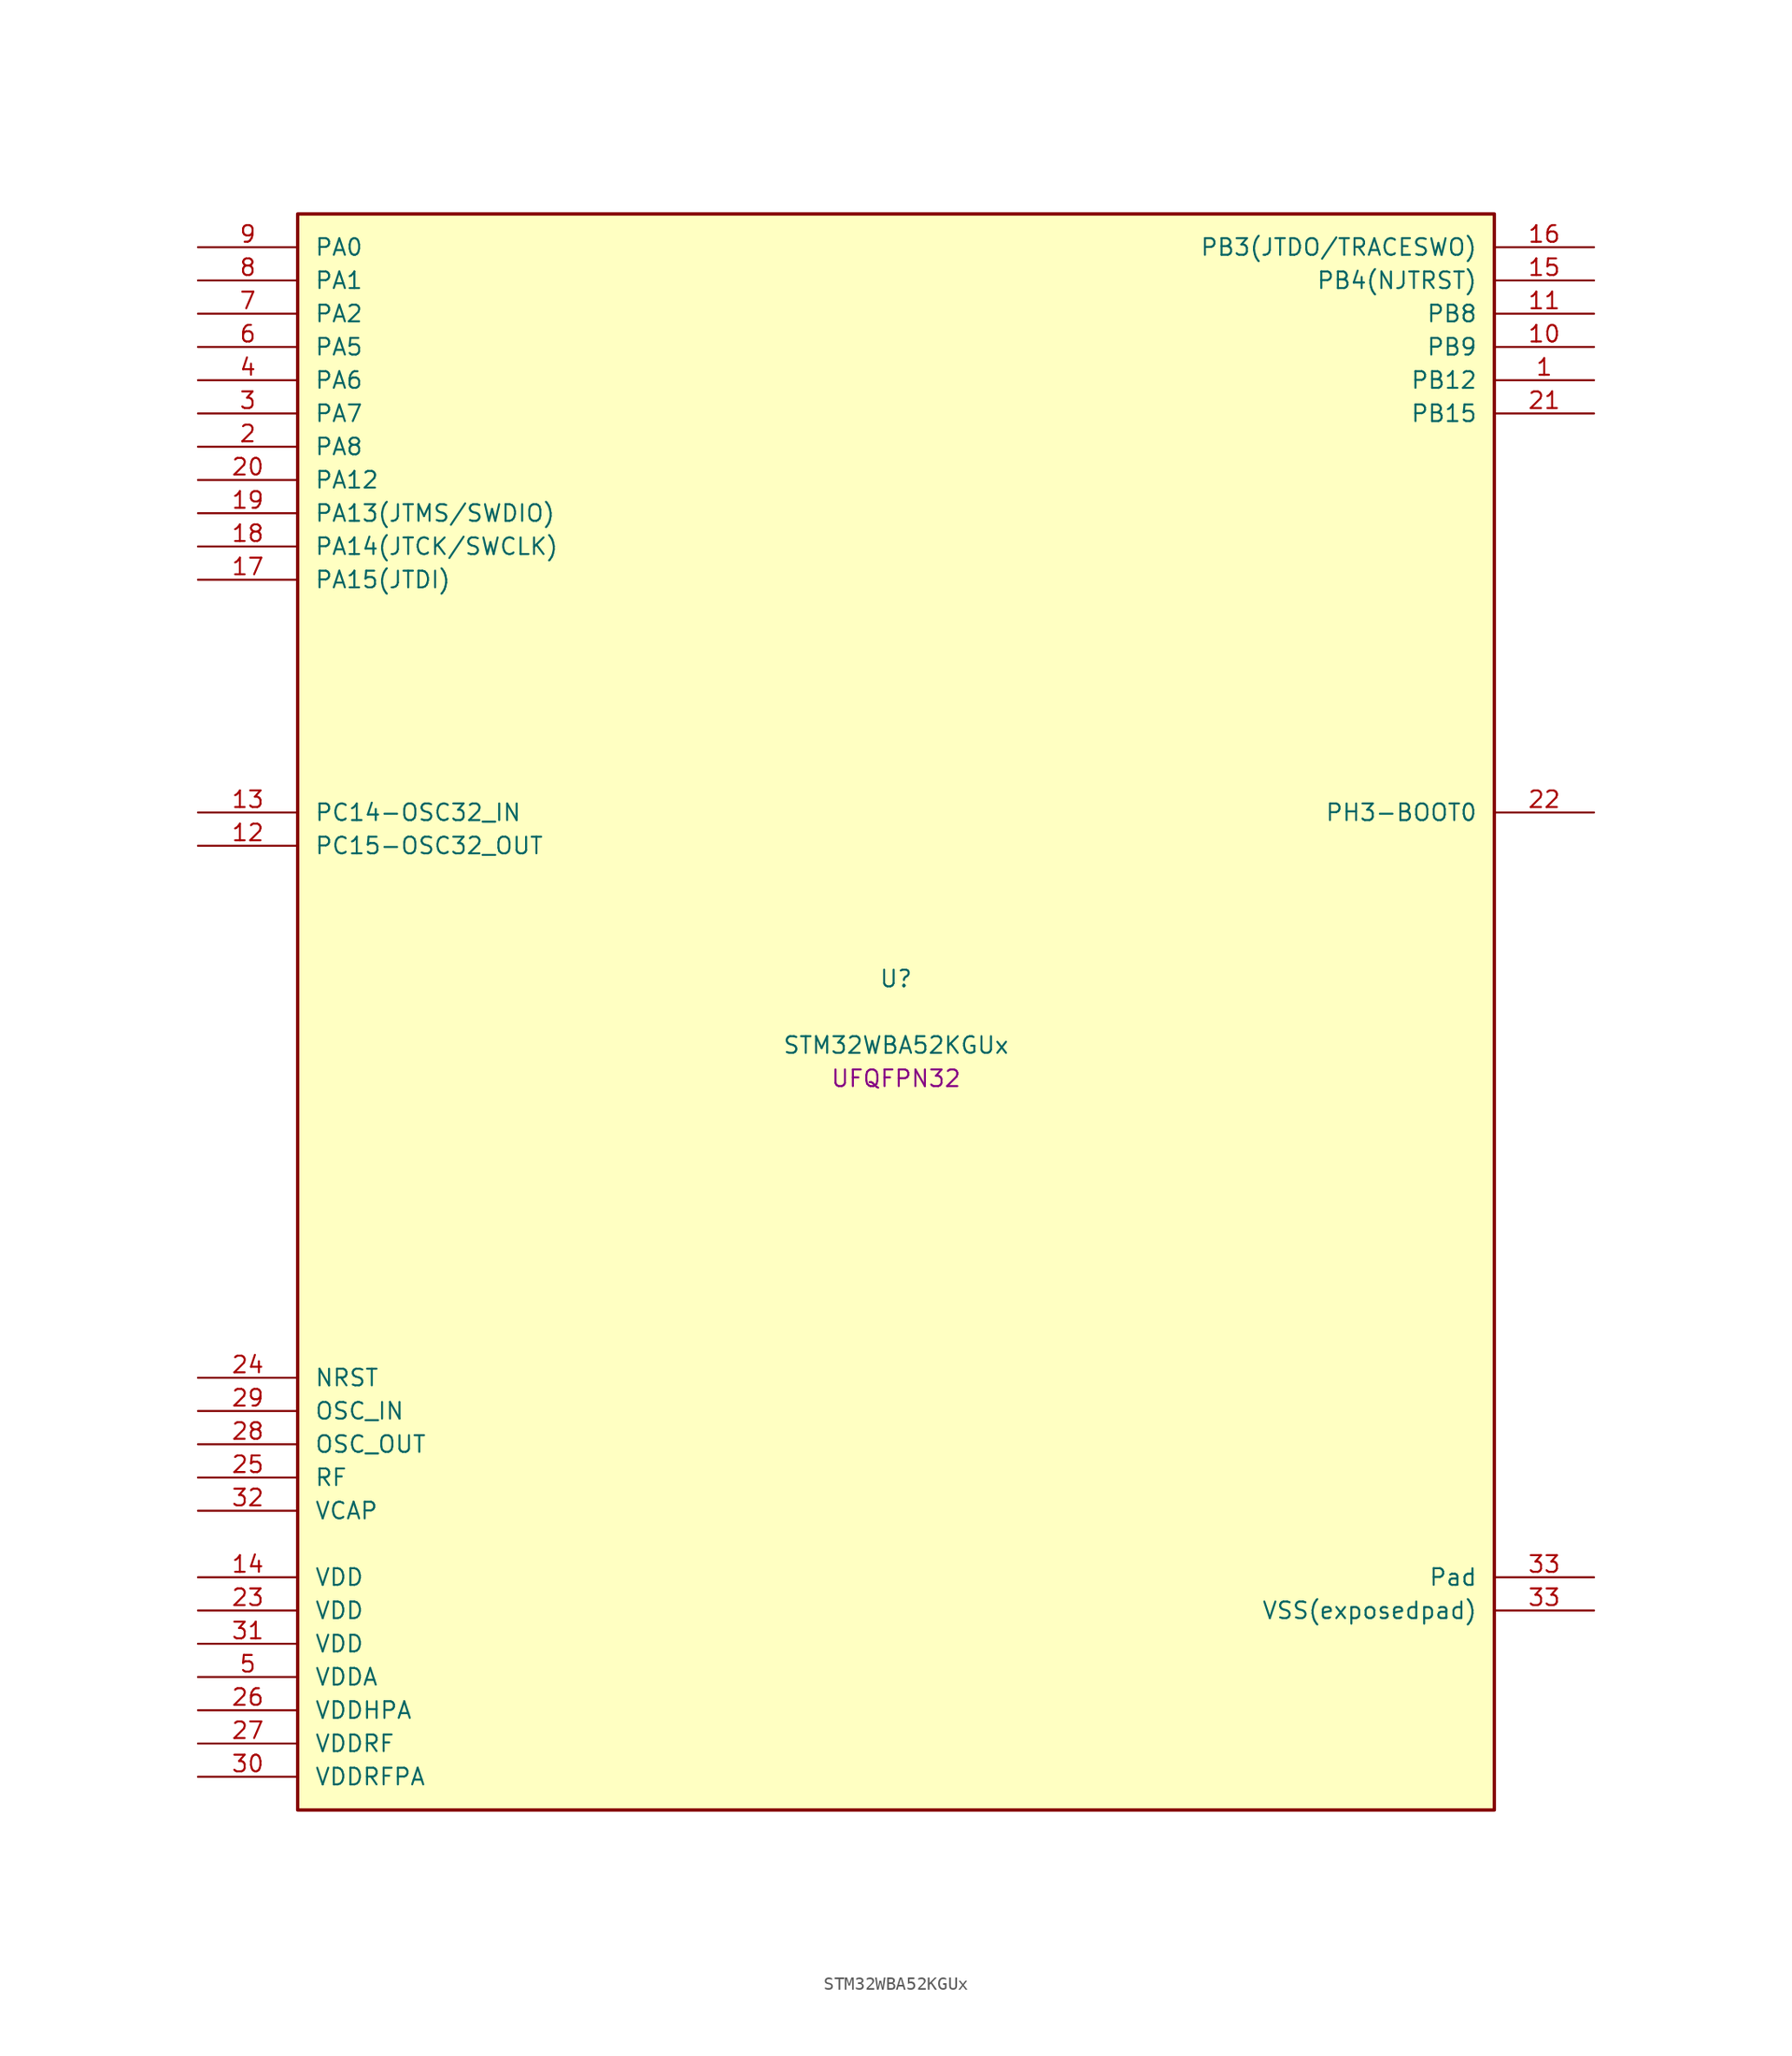
<source format=kicad_sym>
(kicad_symbol_lib
  (version 20241209)
  (generator "stm32_pkl_generator")
  (generator_version "1.0")
  (symbol "STM32WBA52KGUx"
    (pin_names
      (offset 1.27))
    (property "Reference" "U"
      (at 0 2.54 0))
    (property "Value" "STM32WBA52KGUx"
      (at 0 -2.54 0))
    (property "Footprint" "UFQFPN32"
      (at 0 -5.08 0))
    (symbol "STM32WBA52KGUx_1_1"
      (rectangle (start -45.72 60.96) (end 45.72 -60.96) (stroke (width 0.254) (type solid)) (fill (type background)))
      (pin bidirectional line (at -53.34 58.42 0) (length 7.62) (name "PA0") (number "9") (alternate "PA0/ADC4_IN9" bidirectional line) (alternate "PA0/LPTIM1_IN1" bidirectional line) (alternate "PA0/LPUART1_CTS" bidirectional line) (alternate "PA0/PWR_WKUP1" bidirectional line) (alternate "PA0/SPI3_SCK" bidirectional line) (alternate "PA0/TIM1_CH2N" bidirectional line) (alternate "PA0/TIM3_CH3" bidirectional line) (alternate "PA0/TIM3_ETR" bidirectional line) (alternate "PA0/TSC_G2_IO2" bidirectional line))
      (pin bidirectional line (at -53.34 55.88 0) (length 7.62) (name "PA1") (number "8") (alternate "PA1/ADC4_IN8" bidirectional line) (alternate "PA1/LPTIM2_CH2" bidirectional line) (alternate "PA1/LPUART1_RX" bidirectional line) (alternate "PA1/PWR_WKUP3" bidirectional line) (alternate "PA1/SPI1_RDY" bidirectional line) (alternate "PA1/TIM17_CH1" bidirectional line) (alternate "PA1/TIM1_CH1N" bidirectional line) (alternate "PA1/TIM3_CH2" bidirectional line) (alternate "PA1/TSC_G2_IO1" bidirectional line) (alternate "PA1/USART1_CK" bidirectional line))
      (pin bidirectional line (at -53.34 53.34 0) (length 7.62) (name "PA2") (number "7") (alternate "PA2/ADC4_IN7" bidirectional line) (alternate "PA2/LPUART1_TX" bidirectional line) (alternate "PA2/PWR_WKUP4" bidirectional line) (alternate "PA2/RCC_LSCO" bidirectional line) (alternate "PA2/TIM16_CH1" bidirectional line) (alternate "PA2/TIM1_BKIN" bidirectional line) (alternate "PA2/TIM3_CH1" bidirectional line) (alternate "PA2/TSC_G4_IO4" bidirectional line) (alternate "PA2/USART1_DE" bidirectional line) (alternate "PA2/USART1_RTS" bidirectional line))
      (pin bidirectional line (at -53.34 50.8 0) (length 7.62) (name "PA5") (number "6") (alternate "PA5/ADC4_IN4" bidirectional line) (alternate "PA5/LPTIM2_ETR" bidirectional line) (alternate "PA5/PWR_CSLEEP" bidirectional line) (alternate "PA5/PWR_WKUP6" bidirectional line) (alternate "PA5/SPI3_NSS" bidirectional line) (alternate "PA5/TIM2_CH1" bidirectional line) (alternate "PA5/TIM2_ETR" bidirectional line) (alternate "PA5/TSC_G1_IO4" bidirectional line) (alternate "PA5/USART1_CK" bidirectional line))
      (pin bidirectional line (at -53.34 48.26 0) (length 7.62) (name "PA6") (number "4") (alternate "PA6/ADC4_IN3" bidirectional line) (alternate "PA6/I2C3_SCL" bidirectional line) (alternate "PA6/PWR_CSTOP" bidirectional line) (alternate "PA6/PWR_WKUP7" bidirectional line) (alternate "PA6/SPI3_RDY" bidirectional line) (alternate "PA6/TIM2_CH4" bidirectional line) (alternate "PA6/TSC_G1_IO3" bidirectional line) (alternate "PA6/USART1_DE" bidirectional line) (alternate "PA6/USART1_RTS" bidirectional line))
      (pin bidirectional line (at -53.34 45.72 0) (length 7.62) (name "PA7") (number "3") (alternate "PA7/ADC4_IN2" bidirectional line) (alternate "PA7/I2C3_SDA" bidirectional line) (alternate "PA7/PWR_WKUP8" bidirectional line) (alternate "PA7/TAMP_IN1" bidirectional line) (alternate "PA7/TAMP_OUT2" bidirectional line) (alternate "PA7/TIM2_CH3" bidirectional line) (alternate "PA7/TSC_G1_IO2" bidirectional line) (alternate "PA7/USART1_CTS" bidirectional line))
      (pin bidirectional line (at -53.34 43.18 0) (length 7.62) (name "PA8") (number "2") (alternate "PA8/ADC4_IN1" bidirectional line) (alternate "PA8/LPTIM1_CH2" bidirectional line) (alternate "PA8/RCC_MCO" bidirectional line) (alternate "PA8/SPI3_RDY" bidirectional line) (alternate "PA8/TIM2_CH2" bidirectional line) (alternate "PA8/TSC_G1_IO1" bidirectional line) (alternate "PA8/USART1_RX" bidirectional line))
      (pin bidirectional line (at -53.34 40.64 0) (length 7.62) (name "PA12") (number "20") (alternate "PA12/PWR_WKUP6" bidirectional line) (alternate "PA12/RF_ANTSW0" bidirectional line) (alternate "PA12/SPI1_NSS" bidirectional line) (alternate "PA12/TIM1_CH2" bidirectional line) (alternate "PA12/TSC_G3_IO4" bidirectional line) (alternate "PA12/USART2_TX" bidirectional line))
      (pin bidirectional line (at -53.34 38.1 0) (length 7.62) (name "PA13(JTMS/SWDIO)") (number "19") (alternate "PA13(JTMS/SWDIO)/DEBUG_JTMS-SWDIO" bidirectional line) (alternate "PA13(JTMS/SWDIO)/IR_OUT" bidirectional line))
      (pin bidirectional line (at -53.34 35.56 0) (length 7.62) (name "PA14(JTCK/SWCLK)") (number "18") (alternate "PA14(JTCK/SWCLK)/DEBUG_JTCK-SWCLK" bidirectional line) (alternate "PA14(JTCK/SWCLK)/TAMP_IN3" bidirectional line) (alternate "PA14(JTCK/SWCLK)/TAMP_OUT6" bidirectional line) (alternate "PA14(JTCK/SWCLK)/USART2_TX" bidirectional line))
      (pin bidirectional line (at -53.34 33.02 0) (length 7.62) (name "PA15(JTDI)") (number "17") (alternate "PA15(JTDI)/ADC4_EXTI15" bidirectional line) (alternate "PA15(JTDI)/DEBUG_JTDI" bidirectional line) (alternate "PA15(JTDI)/I2C1_SCL" bidirectional line) (alternate "PA15(JTDI)/LPTIM1_CH2" bidirectional line) (alternate "PA15(JTDI)/SPI1_MOSI" bidirectional line) (alternate "PA15(JTDI)/TIM17_BKIN" bidirectional line) (alternate "PA15(JTDI)/TIM1_ETR" bidirectional line) (alternate "PA15(JTDI)/TSC_G3_IO3" bidirectional line) (alternate "PA15(JTDI)/USART2_DE" bidirectional line) (alternate "PA15(JTDI)/USART2_RTS" bidirectional line))
      (pin bidirectional line (at 53.34 58.42 180) (length 7.62) (name "PB3(JTDO/TRACESWO)") (number "16") (alternate "PB3(JTDO/TRACESWO)/DEBUG_JTDO-SWO" bidirectional line) (alternate "PB3(JTDO/TRACESWO)/I2C1_SDA" bidirectional line) (alternate "PB3(JTDO/TRACESWO)/LPTIM1_IN2" bidirectional line) (alternate "PB3(JTDO/TRACESWO)/SPI1_MISO" bidirectional line) (alternate "PB3(JTDO/TRACESWO)/TIM17_CH1N" bidirectional line) (alternate "PB3(JTDO/TRACESWO)/TIM1_CH4" bidirectional line) (alternate "PB3(JTDO/TRACESWO)/TSC_G3_IO2" bidirectional line) (alternate "PB3(JTDO/TRACESWO)/USART2_CK" bidirectional line))
      (pin bidirectional line (at 53.34 55.88 180) (length 7.62) (name "PB4(NJTRST)") (number "15") (alternate "PB4(NJTRST)/DEBUG_JTRST" bidirectional line) (alternate "PB4(NJTRST)/LPTIM2_IN2" bidirectional line) (alternate "PB4(NJTRST)/SPI1_SCK" bidirectional line) (alternate "PB4(NJTRST)/TIM17_CH1" bidirectional line) (alternate "PB4(NJTRST)/TIM1_CH3" bidirectional line) (alternate "PB4(NJTRST)/TSC_G3_IO1" bidirectional line) (alternate "PB4(NJTRST)/USART2_RX" bidirectional line))
      (pin bidirectional line (at 53.34 53.34 180) (length 7.62) (name "PB8") (number "11") (alternate "PB8/LPTIM1_ETR" bidirectional line) (alternate "PB8/PWR_PVD_IN" bidirectional line) (alternate "PB8/SPI3_MOSI" bidirectional line) (alternate "PB8/TIM16_CH1N" bidirectional line) (alternate "PB8/TIM1_CH1" bidirectional line) (alternate "PB8/TIM3_ETR" bidirectional line) (alternate "PB8/TSC_G2_IO4" bidirectional line) (alternate "PB8/USART2_RX" bidirectional line))
      (pin bidirectional line (at 53.34 50.8 180) (length 7.62) (name "PB9") (number "10") (alternate "PB9/ADC4_IN10" bidirectional line) (alternate "PB9/IR_OUT" bidirectional line) (alternate "PB9/LPTIM2_IN1" bidirectional line) (alternate "PB9/LPUART1_DE" bidirectional line) (alternate "PB9/LPUART1_RTS" bidirectional line) (alternate "PB9/PWR_WKUP8" bidirectional line) (alternate "PB9/SPI3_MISO" bidirectional line) (alternate "PB9/TIM16_CH1" bidirectional line) (alternate "PB9/TIM1_CH3N" bidirectional line) (alternate "PB9/TIM3_CH4" bidirectional line) (alternate "PB9/TSC_G2_IO3" bidirectional line))
      (pin bidirectional line (at 53.34 48.26 180) (length 7.62) (name "PB12") (number "1") (alternate "PB12/SPI1_RDY" bidirectional line) (alternate "PB12/TIM2_CH1" bidirectional line) (alternate "PB12/TIM2_ETR" bidirectional line) (alternate "PB12/TIM3_ETR" bidirectional line) (alternate "PB12/TSC_SYNC" bidirectional line) (alternate "PB12/USART1_TX" bidirectional line))
      (pin bidirectional line (at 53.34 45.72 180) (length 7.62) (name "PB15") (number "21") (alternate "PB15/ADC4_EXTI15" bidirectional line) (alternate "PB15/I2C1_SMBA" bidirectional line) (alternate "PB15/I2C3_SMBA" bidirectional line) (alternate "PB15/LPUART1_CTS" bidirectional line) (alternate "PB15/TIM16_BKIN" bidirectional line) (alternate "PB15/TIM1_BKIN2" bidirectional line) (alternate "PB15/USART2_CTS" bidirectional line))
      (pin bidirectional line (at -53.34 15.24 0) (length 7.62) (name "PC14-OSC32_IN") (number "13") (alternate "PC14-OSC32_IN/RCC_OSC32_IN" bidirectional line))
      (pin bidirectional line (at -53.34 12.7 0) (length 7.62) (name "PC15-OSC32_OUT") (number "12") (alternate "PC15-OSC32_OUT/ADC4_EXTI15" bidirectional line) (alternate "PC15-OSC32_OUT/RCC_OSC32_OUT" bidirectional line))
      (pin bidirectional line (at 53.34 15.24 180) (length 7.62) (name "PH3-BOOT0") (number "22") (alternate "PH3-BOOT0/TAMP_IN2" bidirectional line) (alternate "PH3-BOOT0/TAMP_OUT1" bidirectional line))
      (pin input line (at -53.34 -27.94 0) (length 7.62) (name "NRST") (number "24"))
      (pin bidirectional line (at -53.34 -30.48 0) (length 7.62) (name "OSC_IN") (number "29") (alternate "OSC_IN/RCC_OSC_IN" bidirectional line))
      (pin bidirectional line (at -53.34 -33.02 0) (length 7.62) (name "OSC_OUT") (number "28") (alternate "OSC_OUT/RCC_OSC_OUT" bidirectional line))
      (pin bidirectional line (at -53.34 -35.56 0) (length 7.62) (name "RF") (number "25"))
      (pin power_in line (at -53.34 -38.1 0) (length 7.62) (name "VCAP") (number "32"))
      (pin power_in line (at -53.34 -43.18 0) (length 7.62) (name "VDD") (number "14"))
      (pin power_in line (at -53.34 -45.72 0) (length 7.62) (name "VDD") (number "23"))
      (pin power_in line (at -53.34 -48.26 0) (length 7.62) (name "VDD") (number "31"))
      (pin power_in line (at -53.34 -50.8 0) (length 7.62) (name "VDDA") (number "5"))
      (pin power_in line (at -53.34 -53.34 0) (length 7.62) (name "VDDHPA") (number "26"))
      (pin power_in line (at -53.34 -55.88 0) (length 7.62) (name "VDDRF") (number "27"))
      (pin power_in line (at -53.34 -58.42 0) (length 7.62) (name "VDDRFPA") (number "30"))
      (pin passive line (at 53.34 -43.18 180) (length 7.62) (name "Pad") (number "33"))
      (pin power_in line (at 53.34 -45.72 180) (length 7.62) (name "VSS(exposedpad)") (number "33")))))
</source>
